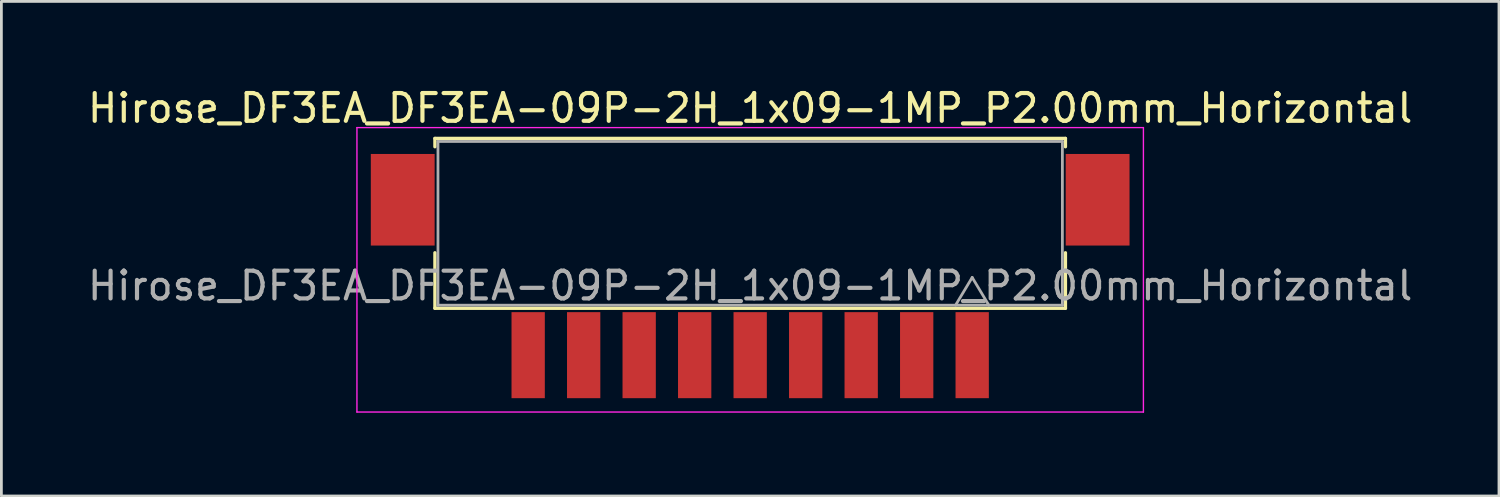
<source format=kicad_pcb>
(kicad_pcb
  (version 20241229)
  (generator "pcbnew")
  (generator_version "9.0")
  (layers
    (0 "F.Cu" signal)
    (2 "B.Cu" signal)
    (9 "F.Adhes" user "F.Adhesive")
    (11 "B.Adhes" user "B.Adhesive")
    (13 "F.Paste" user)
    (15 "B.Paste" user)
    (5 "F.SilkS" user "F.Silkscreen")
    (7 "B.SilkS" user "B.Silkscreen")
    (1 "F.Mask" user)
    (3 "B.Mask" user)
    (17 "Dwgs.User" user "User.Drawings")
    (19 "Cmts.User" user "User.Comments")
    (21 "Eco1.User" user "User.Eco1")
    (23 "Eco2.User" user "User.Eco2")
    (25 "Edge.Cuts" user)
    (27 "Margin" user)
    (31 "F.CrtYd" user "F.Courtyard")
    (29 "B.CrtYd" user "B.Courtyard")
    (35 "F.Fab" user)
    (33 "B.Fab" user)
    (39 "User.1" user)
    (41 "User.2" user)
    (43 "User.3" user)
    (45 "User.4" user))
  (footprint "Hirose_DF3EA_DF3EA-09P-2H_1x09-1MP_P2.00mm_Horizontal"
    (layer "F.Cu")
    (at 23.982 8.198)
    (property "Reference" "Hirose_DF3EA_DF3EA-09P-2H_1x09-1MP_P2.00mm_Horizontal" (at 0 -7.35 0) (layer "F.SilkS") (effects (font (size 1 1) (thickness 0.15))))
    (attr smd)
    (fp_line (start -11.36 -6.26) (end 11.36 -6.26) (stroke (width 0.12) (type solid)) (layer "F.SilkS"))
    (fp_line (start -11.36 -5.96) (end -11.36 -6.26) (stroke (width 0.12) (type solid)) (layer "F.SilkS"))
    (fp_line (start -11.36 -2.14) (end -11.36 -0.14) (stroke (width 0.12) (type solid)) (layer "F.SilkS"))
    (fp_line (start -11.36 -0.14) (end 11.36 -0.14) (stroke (width 0.12) (type solid)) (layer "F.SilkS"))
    (fp_line (start 11.36 -6.26) (end 11.36 -5.96) (stroke (width 0.12) (type solid)) (layer "F.SilkS"))
    (fp_line (start 11.36 -0.14) (end 11.36 -2.14) (stroke (width 0.12) (type solid)) (layer "F.SilkS"))
    (fp_line (start -14.17 -6.65) (end 14.17 -6.65) (stroke (width 0.05) (type solid)) (layer "F.CrtYd"))
    (fp_line (start -14.17 3.6) (end -14.17 -6.65) (stroke (width 0.05) (type solid)) (layer "F.CrtYd"))
    (fp_line (start 14.17 -6.65) (end 14.17 3.6) (stroke (width 0.05) (type solid)) (layer "F.CrtYd"))
    (fp_line (start 14.17 3.6) (end -14.17 3.6) (stroke (width 0.05) (type solid)) (layer "F.CrtYd"))
    (fp_line (start -11.25 -6.15) (end 11.25 -6.15) (stroke (width 0.1) (type solid)) (layer "F.Fab"))
    (fp_line (start -11.25 -0.25) (end -11.25 -6.15) (stroke (width 0.1) (type solid)) (layer "F.Fab"))
    (fp_line (start 7.4 -0.25) (end 8 -1.25) (stroke (width 0.1) (type solid)) (layer "F.Fab"))
    (fp_line (start 8 -1.25) (end 8.6 -0.25) (stroke (width 0.1) (type solid)) (layer "F.Fab"))
    (fp_line (start 11.25 -6.15) (end 11.25 -0.25) (stroke (width 0.1) (type solid)) (layer "F.Fab"))
    (fp_line (start 11.25 -0.25) (end -11.25 -0.25) (stroke (width 0.1) (type solid)) (layer "F.Fab"))
    (fp_text user "${REFERENCE}" (at 0 -0.95 0) (layer "F.Fab") (effects (font (size 1 1) (thickness 0.15))))
    (pad "" smd rect (at -12.52 -4.05) (size 2.3 3.3) (layers "F.Cu" "F.Mask" "F.Paste"))
    (pad "" smd rect (at 12.52 -4.05) (size 2.3 3.3) (layers "F.Cu" "F.Mask" "F.Paste"))
    (pad "1" smd rect (at 8 1.55) (size 1.2 3.1) (layers "F.Cu" "F.Mask" "F.Paste"))
    (pad "2" smd rect (at 6 1.55) (size 1.2 3.1) (layers "F.Cu" "F.Mask" "F.Paste"))
    (pad "3" smd rect (at 4 1.55) (size 1.2 3.1) (layers "F.Cu" "F.Mask" "F.Paste"))
    (pad "4" smd rect (at 2 1.55) (size 1.2 3.1) (layers "F.Cu" "F.Mask" "F.Paste"))
    (pad "5" smd rect (at 0 1.55) (size 1.2 3.1) (layers "F.Cu" "F.Mask" "F.Paste"))
    (pad "6" smd rect (at -2 1.55) (size 1.2 3.1) (layers "F.Cu" "F.Mask" "F.Paste"))
    (pad "7" smd rect (at -4 1.55) (size 1.2 3.1) (layers "F.Cu" "F.Mask" "F.Paste"))
    (pad "8" smd rect (at -6 1.55) (size 1.2 3.1) (layers "F.Cu" "F.Mask" "F.Paste"))
    (pad "9" smd rect (at -8 1.55) (size 1.2 3.1) (layers "F.Cu" "F.Mask" "F.Paste")))
  (gr_rect
    (start -3 -3)
    (end 50.964 14.823)
    (stroke (width 0.1) (type default))
    (fill no)
    (layer "Edge.Cuts")))
</source>
